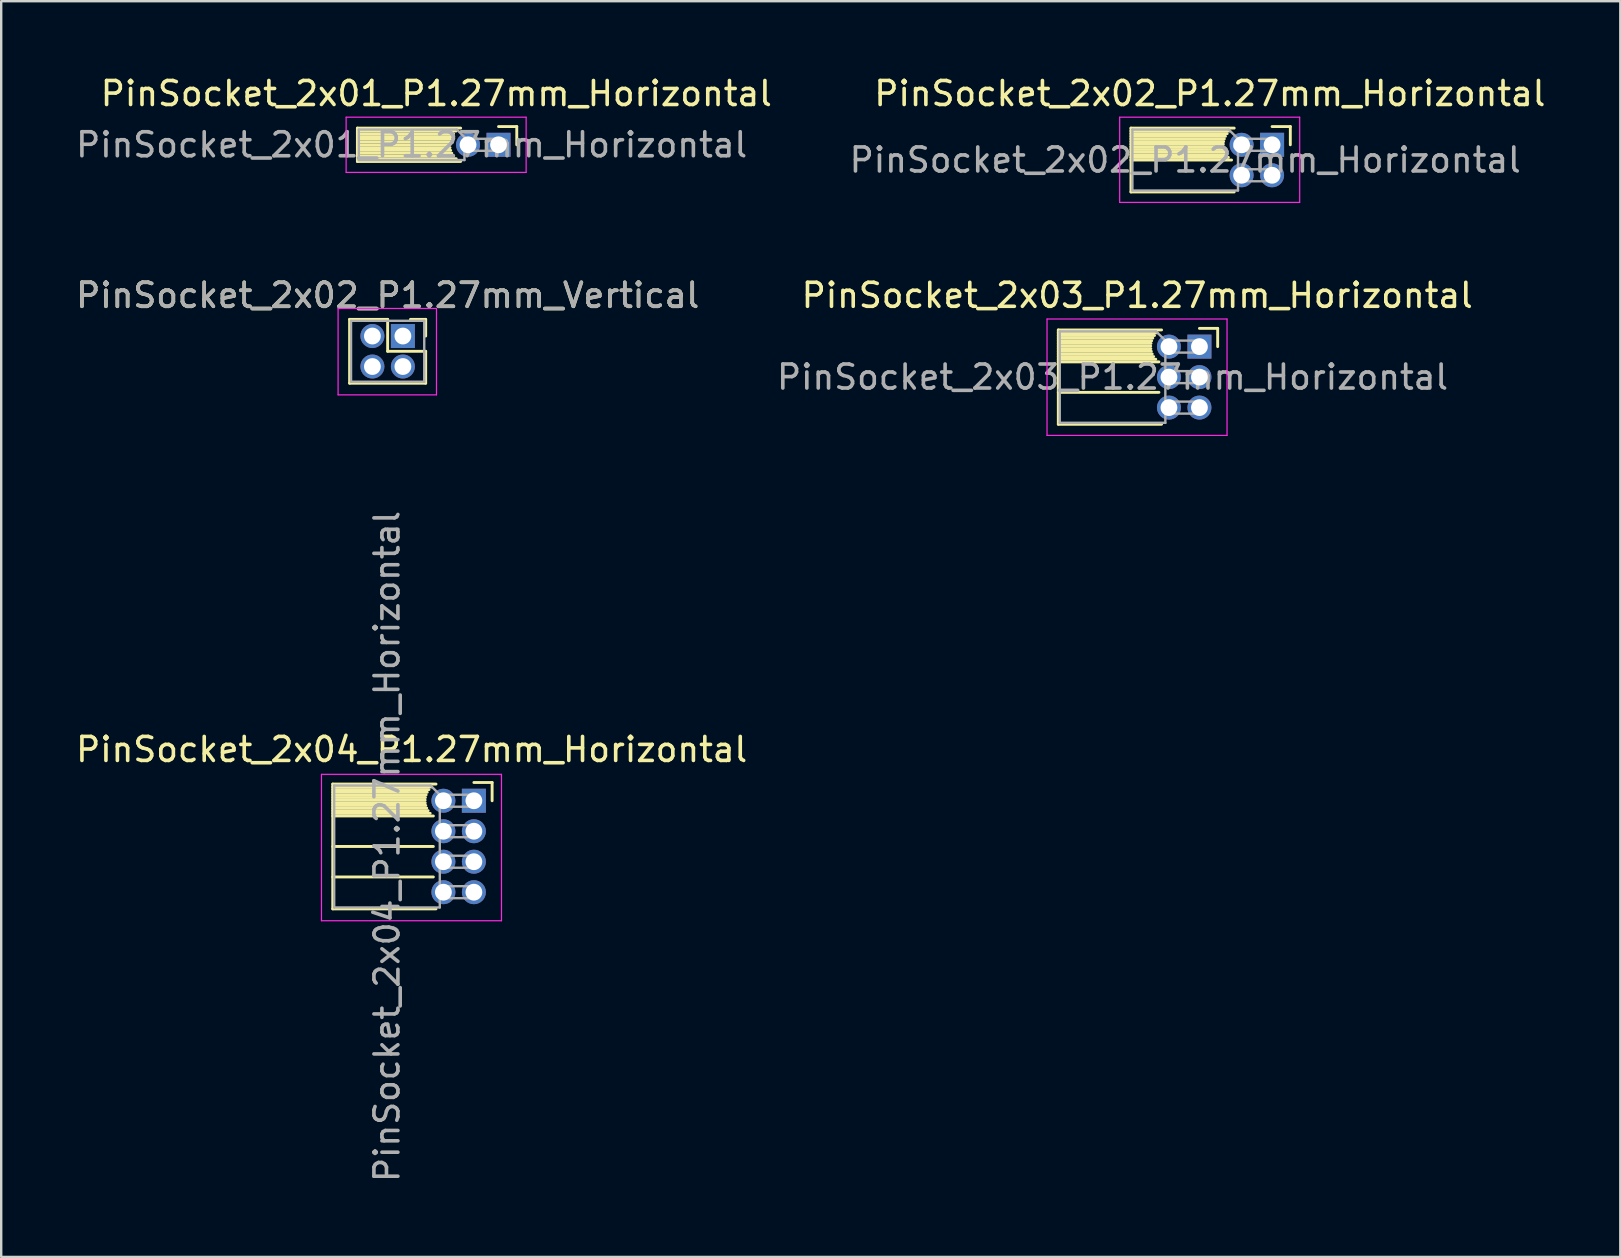
<source format=kicad_pcb>
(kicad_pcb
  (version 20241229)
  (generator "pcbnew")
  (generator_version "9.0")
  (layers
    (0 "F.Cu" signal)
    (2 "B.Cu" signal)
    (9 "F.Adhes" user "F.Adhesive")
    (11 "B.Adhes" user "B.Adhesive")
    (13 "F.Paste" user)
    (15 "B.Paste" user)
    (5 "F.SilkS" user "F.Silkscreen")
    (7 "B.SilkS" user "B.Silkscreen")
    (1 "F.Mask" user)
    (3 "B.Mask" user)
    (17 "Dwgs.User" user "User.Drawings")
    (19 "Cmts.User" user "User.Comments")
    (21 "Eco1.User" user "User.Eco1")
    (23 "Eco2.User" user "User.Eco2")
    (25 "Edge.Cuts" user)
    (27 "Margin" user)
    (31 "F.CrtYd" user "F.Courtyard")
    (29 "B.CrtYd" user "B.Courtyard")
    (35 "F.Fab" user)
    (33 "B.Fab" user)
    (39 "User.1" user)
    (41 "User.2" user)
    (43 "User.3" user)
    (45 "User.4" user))
  (footprint "PinSocket_2x02_P1.27mm_Horizontal"
    (layer "F.Cu")
    (at 49.951 2.983)
    (property "Reference" "PinSocket_2x02_P1.27mm_Horizontal" (at -2.592 -2.135 0) (layer "F.SilkS") (effects (font (size 1 1) (thickness 0.15))))
    (attr through_hole)
    (fp_line (start -5.88 -0.695) (end -5.88 1.965) (stroke (width 0.12) (type solid)) (layer "F.SilkS"))
    (fp_line (start -5.88 -0.695) (end -1.578 -0.695) (stroke (width 0.12) (type solid)) (layer "F.SilkS"))
    (fp_line (start -5.88 -0.575) (end -1.767 -0.575) (stroke (width 0.12) (type solid)) (layer "F.SilkS"))
    (fp_line (start -5.88 -0.465) (end -1.871 -0.465) (stroke (width 0.12) (type solid)) (layer "F.SilkS"))
    (fp_line (start -5.88 -0.355) (end -1.942 -0.355) (stroke (width 0.12) (type solid)) (layer "F.SilkS"))
    (fp_line (start -5.88 -0.245) (end -1.989 -0.245) (stroke (width 0.12) (type solid)) (layer "F.SilkS"))
    (fp_line (start -5.88 -0.135) (end -2.018 -0.135) (stroke (width 0.12) (type solid)) (layer "F.SilkS"))
    (fp_line (start -5.88 -0.025) (end -2.03 -0.025) (stroke (width 0.12) (type solid)) (layer "F.SilkS"))
    (fp_line (start -5.88 0.085) (end -2.025 0.085) (stroke (width 0.12) (type solid)) (layer "F.SilkS"))
    (fp_line (start -5.88 0.195) (end -2.005 0.195) (stroke (width 0.12) (type solid)) (layer "F.SilkS"))
    (fp_line (start -5.88 0.305) (end -1.966 0.305) (stroke (width 0.12) (type solid)) (layer "F.SilkS"))
    (fp_line (start -5.88 0.415) (end -1.907 0.415) (stroke (width 0.12) (type solid)) (layer "F.SilkS"))
    (fp_line (start -5.88 0.525) (end -1.82 0.525) (stroke (width 0.12) (type solid)) (layer "F.SilkS"))
    (fp_line (start -5.88 0.635) (end -1.688 0.635) (stroke (width 0.12) (type solid)) (layer "F.SilkS"))
    (fp_line (start -5.88 1.965) (end -1.578 1.965) (stroke (width 0.12) (type solid)) (layer "F.SilkS"))
    (fp_line (start 0 -0.76) (end 0.76 -0.76) (stroke (width 0.12) (type solid)) (layer "F.SilkS"))
    (fp_line (start 0.76 -0.76) (end 0.76 0) (stroke (width 0.12) (type solid)) (layer "F.SilkS"))
    (fp_line (start -6.35 -1.15) (end -6.35 2.4) (stroke (width 0.05) (type solid)) (layer "F.CrtYd"))
    (fp_line (start -6.35 2.4) (end 1.15 2.4) (stroke (width 0.05) (type solid)) (layer "F.CrtYd"))
    (fp_line (start 1.15 -1.15) (end -6.35 -1.15) (stroke (width 0.05) (type solid)) (layer "F.CrtYd"))
    (fp_line (start 1.15 2.4) (end 1.15 -1.15) (stroke (width 0.05) (type solid)) (layer "F.CrtYd"))
    (fp_line (start -5.82 -0.635) (end -1.805 -0.635) (stroke (width 0.1) (type solid)) (layer "F.Fab"))
    (fp_line (start -5.82 1.905) (end -5.82 -0.635) (stroke (width 0.1) (type solid)) (layer "F.Fab"))
    (fp_line (start -1.805 -0.635) (end -1.42 -0.25) (stroke (width 0.1) (type solid)) (layer "F.Fab"))
    (fp_line (start -1.42 -0.25) (end -1.42 1.905) (stroke (width 0.1) (type solid)) (layer "F.Fab"))
    (fp_line (start -1.42 0.25) (end 0 0.25) (stroke (width 0.1) (type solid)) (layer "F.Fab"))
    (fp_line (start -1.42 1.52) (end 0 1.52) (stroke (width 0.1) (type solid)) (layer "F.Fab"))
    (fp_line (start -1.42 1.905) (end -5.82 1.905) (stroke (width 0.1) (type solid)) (layer "F.Fab"))
    (fp_line (start 0 -0.25) (end -1.42 -0.25) (stroke (width 0.1) (type solid)) (layer "F.Fab"))
    (fp_line (start 0 0.25) (end 0 -0.25) (stroke (width 0.1) (type solid)) (layer "F.Fab"))
    (fp_line (start 0 1.02) (end -1.42 1.02) (stroke (width 0.1) (type solid)) (layer "F.Fab"))
    (fp_line (start 0 1.52) (end 0 1.02) (stroke (width 0.1) (type solid)) (layer "F.Fab"))
    (fp_text user "${REFERENCE}" (at -3.62 0.635 0) (layer "F.Fab") (effects (font (size 1 1) (thickness 0.15))))
    (pad "1" thru_hole rect (at 0 0) (size 1 1) (drill 0.7) (layers "*.Cu" "*.Mask"))
    (pad "2" thru_hole oval (at -1.27 0) (size 1 1) (drill 0.7) (layers "*.Cu" "*.Mask"))
    (pad "3" thru_hole oval (at 0 1.27) (size 1 1) (drill 0.7) (layers "*.Cu" "*.Mask"))
    (pad "4" thru_hole oval (at -1.27 1.27) (size 1 1) (drill 0.7) (layers "*.Cu" "*.Mask")))
  (footprint "PinSocket_2x03_P1.27mm_Horizontal"
    (layer "F.Cu")
    (at 46.924 11.392)
    (property "Reference" "PinSocket_2x03_P1.27mm_Horizontal" (at -2.592 -2.135 0) (layer "F.SilkS") (effects (font (size 1 1) (thickness 0.15))))
    (attr through_hole)
    (fp_line (start -5.88 -0.695) (end -5.88 3.235) (stroke (width 0.12) (type solid)) (layer "F.SilkS"))
    (fp_line (start -5.88 -0.695) (end -1.578 -0.695) (stroke (width 0.12) (type solid)) (layer "F.SilkS"))
    (fp_line (start -5.88 -0.575) (end -1.767 -0.575) (stroke (width 0.12) (type solid)) (layer "F.SilkS"))
    (fp_line (start -5.88 -0.465) (end -1.871 -0.465) (stroke (width 0.12) (type solid)) (layer "F.SilkS"))
    (fp_line (start -5.88 -0.355) (end -1.942 -0.355) (stroke (width 0.12) (type solid)) (layer "F.SilkS"))
    (fp_line (start -5.88 -0.245) (end -1.989 -0.245) (stroke (width 0.12) (type solid)) (layer "F.SilkS"))
    (fp_line (start -5.88 -0.135) (end -2.018 -0.135) (stroke (width 0.12) (type solid)) (layer "F.SilkS"))
    (fp_line (start -5.88 -0.025) (end -2.03 -0.025) (stroke (width 0.12) (type solid)) (layer "F.SilkS"))
    (fp_line (start -5.88 0.085) (end -2.025 0.085) (stroke (width 0.12) (type solid)) (layer "F.SilkS"))
    (fp_line (start -5.88 0.195) (end -2.005 0.195) (stroke (width 0.12) (type solid)) (layer "F.SilkS"))
    (fp_line (start -5.88 0.305) (end -1.966 0.305) (stroke (width 0.12) (type solid)) (layer "F.SilkS"))
    (fp_line (start -5.88 0.415) (end -1.907 0.415) (stroke (width 0.12) (type solid)) (layer "F.SilkS"))
    (fp_line (start -5.88 0.525) (end -1.82 0.525) (stroke (width 0.12) (type solid)) (layer "F.SilkS"))
    (fp_line (start -5.88 0.635) (end -1.688 0.635) (stroke (width 0.12) (type solid)) (layer "F.SilkS"))
    (fp_line (start -5.88 1.905) (end -1.688 1.905) (stroke (width 0.12) (type solid)) (layer "F.SilkS"))
    (fp_line (start -5.88 3.235) (end -1.578 3.235) (stroke (width 0.12) (type solid)) (layer "F.SilkS"))
    (fp_line (start 0 -0.76) (end 0.76 -0.76) (stroke (width 0.12) (type solid)) (layer "F.SilkS"))
    (fp_line (start 0.76 -0.76) (end 0.76 0) (stroke (width 0.12) (type solid)) (layer "F.SilkS"))
    (fp_line (start -6.35 -1.15) (end -6.35 3.7) (stroke (width 0.05) (type solid)) (layer "F.CrtYd"))
    (fp_line (start -6.35 3.7) (end 1.15 3.7) (stroke (width 0.05) (type solid)) (layer "F.CrtYd"))
    (fp_line (start 1.15 -1.15) (end -6.35 -1.15) (stroke (width 0.05) (type solid)) (layer "F.CrtYd"))
    (fp_line (start 1.15 3.7) (end 1.15 -1.15) (stroke (width 0.05) (type solid)) (layer "F.CrtYd"))
    (fp_line (start -5.82 -0.635) (end -1.805 -0.635) (stroke (width 0.1) (type solid)) (layer "F.Fab"))
    (fp_line (start -5.82 3.175) (end -5.82 -0.635) (stroke (width 0.1) (type solid)) (layer "F.Fab"))
    (fp_line (start -1.805 -0.635) (end -1.42 -0.25) (stroke (width 0.1) (type solid)) (layer "F.Fab"))
    (fp_line (start -1.42 -0.25) (end -1.42 3.175) (stroke (width 0.1) (type solid)) (layer "F.Fab"))
    (fp_line (start -1.42 0.25) (end 0 0.25) (stroke (width 0.1) (type solid)) (layer "F.Fab"))
    (fp_line (start -1.42 1.52) (end 0 1.52) (stroke (width 0.1) (type solid)) (layer "F.Fab"))
    (fp_line (start -1.42 2.79) (end 0 2.79) (stroke (width 0.1) (type solid)) (layer "F.Fab"))
    (fp_line (start -1.42 3.175) (end -5.82 3.175) (stroke (width 0.1) (type solid)) (layer "F.Fab"))
    (fp_line (start 0 -0.25) (end -1.42 -0.25) (stroke (width 0.1) (type solid)) (layer "F.Fab"))
    (fp_line (start 0 0.25) (end 0 -0.25) (stroke (width 0.1) (type solid)) (layer "F.Fab"))
    (fp_line (start 0 1.02) (end -1.42 1.02) (stroke (width 0.1) (type solid)) (layer "F.Fab"))
    (fp_line (start 0 1.52) (end 0 1.02) (stroke (width 0.1) (type solid)) (layer "F.Fab"))
    (fp_line (start 0 2.29) (end -1.42 2.29) (stroke (width 0.1) (type solid)) (layer "F.Fab"))
    (fp_line (start 0 2.79) (end 0 2.29) (stroke (width 0.1) (type solid)) (layer "F.Fab"))
    (fp_text user "${REFERENCE}" (at -3.62 1.27 0) (layer "F.Fab") (effects (font (size 1 1) (thickness 0.15))))
    (pad "1" thru_hole rect (at 0 0) (size 1 1) (drill 0.7) (layers "*.Cu" "*.Mask"))
    (pad "2" thru_hole oval (at -1.27 0) (size 1 1) (drill 0.7) (layers "*.Cu" "*.Mask"))
    (pad "3" thru_hole oval (at 0 1.27) (size 1 1) (drill 0.7) (layers "*.Cu" "*.Mask"))
    (pad "4" thru_hole oval (at -1.27 1.27) (size 1 1) (drill 0.7) (layers "*.Cu" "*.Mask"))
    (pad "5" thru_hole oval (at 0 2.54) (size 1 1) (drill 0.7) (layers "*.Cu" "*.Mask"))
    (pad "6" thru_hole oval (at -1.27 2.54) (size 1 1) (drill 0.7) (layers "*.Cu" "*.Mask")))
  (footprint "PinSocket_2x02_P1.27mm_Vertical"
    (layer "F.Cu")
    (at 13.736 10.951)
    (property "Reference" "PinSocket_2x02_P1.27mm_Vertical" (at -0.635 -1.695 0) (layer "F.SilkS") (effects (font (size 1 1) (thickness 0.15))))
    (attr through_hole)
    (fp_line (start -2.22 -0.695) (end -0.635 -0.695) (stroke (width 0.12) (type solid)) (layer "F.SilkS"))
    (fp_line (start -2.22 1.965) (end -2.22 -0.695) (stroke (width 0.12) (type solid)) (layer "F.SilkS"))
    (fp_line (start -0.635 -0.695) (end -0.635 0.635) (stroke (width 0.12) (type solid)) (layer "F.SilkS"))
    (fp_line (start -0.635 0.635) (end 0.95 0.635) (stroke (width 0.12) (type solid)) (layer "F.SilkS"))
    (fp_line (start 0.95 -0.695) (end 0.315 -0.695) (stroke (width 0.12) (type solid)) (layer "F.SilkS"))
    (fp_line (start 0.95 0) (end 0.95 -0.695) (stroke (width 0.12) (type solid)) (layer "F.SilkS"))
    (fp_line (start 0.95 0.635) (end 0.95 1.965) (stroke (width 0.12) (type solid)) (layer "F.SilkS"))
    (fp_line (start 0.95 1.965) (end -2.22 1.965) (stroke (width 0.12) (type solid)) (layer "F.SilkS"))
    (fp_line (start -2.7 -1.15) (end -2.7 2.45) (stroke (width 0.05) (type solid)) (layer "F.CrtYd"))
    (fp_line (start -2.7 2.45) (end 1.4 2.45) (stroke (width 0.05) (type solid)) (layer "F.CrtYd"))
    (fp_line (start 1.4 -1.15) (end -2.7 -1.15) (stroke (width 0.05) (type solid)) (layer "F.CrtYd"))
    (fp_line (start 1.4 2.45) (end 1.4 -1.15) (stroke (width 0.05) (type solid)) (layer "F.CrtYd"))
    (fp_line (start -2.16 -0.635) (end -2.16 1.905) (stroke (width 0.1) (type solid)) (layer "F.Fab"))
    (fp_line (start -2.16 1.905) (end 0.89 1.905) (stroke (width 0.1) (type solid)) (layer "F.Fab"))
    (fp_line (start 0.89 -0.635) (end -2.16 -0.635) (stroke (width 0.1) (type solid)) (layer "F.Fab"))
    (fp_line (start 0.89 1.905) (end 0.89 -0.635) (stroke (width 0.1) (type solid)) (layer "F.Fab"))
    (fp_text user "${REFERENCE}" (at -0.635 -1.695 0) (layer "F.Fab") (effects (font (size 1 1) (thickness 0.15))))
    (pad "1" thru_hole rect (at 0 0) (size 1 1) (drill 0.7) (layers "*.Cu" "*.Mask"))
    (pad "2" thru_hole oval (at -1.27 0) (size 1 1) (drill 0.7) (layers "*.Cu" "*.Mask"))
    (pad "3" thru_hole oval (at 0 1.27) (size 1 1) (drill 0.7) (layers "*.Cu" "*.Mask"))
    (pad "4" thru_hole oval (at -1.27 1.27) (size 1 1) (drill 0.7) (layers "*.Cu" "*.Mask")))
  (footprint "PinSocket_2x01_P1.27mm_Horizontal"
    (layer "F.Cu")
    (at 17.721 2.983)
    (property "Reference" "PinSocket_2x01_P1.27mm_Horizontal" (at -2.592 -2.135 0) (layer "F.SilkS") (effects (font (size 1 1) (thickness 0.15))))
    (attr through_hole)
    (fp_line (start -5.88 -0.695) (end -5.88 0.695) (stroke (width 0.12) (type solid)) (layer "F.SilkS"))
    (fp_line (start -5.88 -0.695) (end -1.578 -0.695) (stroke (width 0.12) (type solid)) (layer "F.SilkS"))
    (fp_line (start -5.88 -0.575) (end -1.767 -0.575) (stroke (width 0.12) (type solid)) (layer "F.SilkS"))
    (fp_line (start -5.88 -0.46) (end -1.875 -0.46) (stroke (width 0.12) (type solid)) (layer "F.SilkS"))
    (fp_line (start -5.88 -0.344) (end -1.948 -0.344) (stroke (width 0.12) (type solid)) (layer "F.SilkS"))
    (fp_line (start -5.88 -0.229) (end -1.995 -0.229) (stroke (width 0.12) (type solid)) (layer "F.SilkS"))
    (fp_line (start -5.88 -0.113) (end -2.022 -0.113) (stroke (width 0.12) (type solid)) (layer "F.SilkS"))
    (fp_line (start -5.88 0.002) (end -2.03 0.002) (stroke (width 0.12) (type solid)) (layer "F.SilkS"))
    (fp_line (start -5.88 0.118) (end -2.021 0.118) (stroke (width 0.12) (type solid)) (layer "F.SilkS"))
    (fp_line (start -5.88 0.233) (end -1.993 0.233) (stroke (width 0.12) (type solid)) (layer "F.SilkS"))
    (fp_line (start -5.88 0.349) (end -1.945 0.349) (stroke (width 0.12) (type solid)) (layer "F.SilkS"))
    (fp_line (start -5.88 0.464) (end -1.872 0.464) (stroke (width 0.12) (type solid)) (layer "F.SilkS"))
    (fp_line (start -5.88 0.58) (end -1.762 0.58) (stroke (width 0.12) (type solid)) (layer "F.SilkS"))
    (fp_line (start -5.88 0.695) (end -1.578 0.695) (stroke (width 0.12) (type solid)) (layer "F.SilkS"))
    (fp_line (start 0 -0.76) (end 0.76 -0.76) (stroke (width 0.12) (type solid)) (layer "F.SilkS"))
    (fp_line (start 0.76 -0.76) (end 0.76 0) (stroke (width 0.12) (type solid)) (layer "F.SilkS"))
    (fp_line (start -6.35 -1.15) (end -6.35 1.15) (stroke (width 0.05) (type solid)) (layer "F.CrtYd"))
    (fp_line (start -6.35 1.15) (end 1.15 1.15) (stroke (width 0.05) (type solid)) (layer "F.CrtYd"))
    (fp_line (start 1.15 -1.15) (end -6.35 -1.15) (stroke (width 0.05) (type solid)) (layer "F.CrtYd"))
    (fp_line (start 1.15 1.15) (end 1.15 -1.15) (stroke (width 0.05) (type solid)) (layer "F.CrtYd"))
    (fp_line (start -5.82 -0.635) (end -1.738 -0.635) (stroke (width 0.1) (type solid)) (layer "F.Fab"))
    (fp_line (start -5.82 0.635) (end -5.82 -0.635) (stroke (width 0.1) (type solid)) (layer "F.Fab"))
    (fp_line (start -1.738 -0.635) (end -1.42 -0.318) (stroke (width 0.1) (type solid)) (layer "F.Fab"))
    (fp_line (start -1.42 -0.318) (end -1.42 0.635) (stroke (width 0.1) (type solid)) (layer "F.Fab"))
    (fp_line (start -1.42 0.25) (end 0 0.25) (stroke (width 0.1) (type solid)) (layer "F.Fab"))
    (fp_line (start -1.42 0.635) (end -5.82 0.635) (stroke (width 0.1) (type solid)) (layer "F.Fab"))
    (fp_line (start 0 -0.25) (end -1.42 -0.25) (stroke (width 0.1) (type solid)) (layer "F.Fab"))
    (fp_line (start 0 0.25) (end 0 -0.25) (stroke (width 0.1) (type solid)) (layer "F.Fab"))
    (fp_text user "${REFERENCE}" (at -3.62 0 0) (layer "F.Fab") (effects (font (size 1 1) (thickness 0.15))))
    (pad "1" thru_hole rect (at 0 0) (size 1 1) (drill 0.7) (layers "*.Cu" "*.Mask"))
    (pad "2" thru_hole oval (at -1.27 0) (size 1 1) (drill 0.7) (layers "*.Cu" "*.Mask")))
  (footprint "PinSocket_2x04_P1.27mm_Horizontal"
    (layer "F.Cu")
    (at 16.694 30.313)
    (property "Reference" "PinSocket_2x04_P1.27mm_Horizontal" (at -2.592 -2.135 0) (layer "F.SilkS") (effects (font (size 1 1) (thickness 0.15))))
    (attr through_hole)
    (fp_line (start -5.88 -0.695) (end -5.88 4.505) (stroke (width 0.12) (type solid)) (layer "F.SilkS"))
    (fp_line (start -5.88 -0.695) (end -1.578 -0.695) (stroke (width 0.12) (type solid)) (layer "F.SilkS"))
    (fp_line (start -5.88 -0.575) (end -1.767 -0.575) (stroke (width 0.12) (type solid)) (layer "F.SilkS"))
    (fp_line (start -5.88 -0.465) (end -1.871 -0.465) (stroke (width 0.12) (type solid)) (layer "F.SilkS"))
    (fp_line (start -5.88 -0.355) (end -1.942 -0.355) (stroke (width 0.12) (type solid)) (layer "F.SilkS"))
    (fp_line (start -5.88 -0.245) (end -1.989 -0.245) (stroke (width 0.12) (type solid)) (layer "F.SilkS"))
    (fp_line (start -5.88 -0.135) (end -2.018 -0.135) (stroke (width 0.12) (type solid)) (layer "F.SilkS"))
    (fp_line (start -5.88 -0.025) (end -2.03 -0.025) (stroke (width 0.12) (type solid)) (layer "F.SilkS"))
    (fp_line (start -5.88 0.085) (end -2.025 0.085) (stroke (width 0.12) (type solid)) (layer "F.SilkS"))
    (fp_line (start -5.88 0.195) (end -2.005 0.195) (stroke (width 0.12) (type solid)) (layer "F.SilkS"))
    (fp_line (start -5.88 0.305) (end -1.966 0.305) (stroke (width 0.12) (type solid)) (layer "F.SilkS"))
    (fp_line (start -5.88 0.415) (end -1.907 0.415) (stroke (width 0.12) (type solid)) (layer "F.SilkS"))
    (fp_line (start -5.88 0.525) (end -1.82 0.525) (stroke (width 0.12) (type solid)) (layer "F.SilkS"))
    (fp_line (start -5.88 0.635) (end -1.688 0.635) (stroke (width 0.12) (type solid)) (layer "F.SilkS"))
    (fp_line (start -5.88 1.905) (end -1.688 1.905) (stroke (width 0.12) (type solid)) (layer "F.SilkS"))
    (fp_line (start -5.88 3.175) (end -1.688 3.175) (stroke (width 0.12) (type solid)) (layer "F.SilkS"))
    (fp_line (start -5.88 4.505) (end -1.578 4.505) (stroke (width 0.12) (type solid)) (layer "F.SilkS"))
    (fp_line (start 0 -0.76) (end 0.76 -0.76) (stroke (width 0.12) (type solid)) (layer "F.SilkS"))
    (fp_line (start 0.76 -0.76) (end 0.76 0) (stroke (width 0.12) (type solid)) (layer "F.SilkS"))
    (fp_line (start -6.35 -1.1) (end -6.35 5) (stroke (width 0.05) (type solid)) (layer "F.CrtYd"))
    (fp_line (start -6.35 5) (end 1.15 5) (stroke (width 0.05) (type solid)) (layer "F.CrtYd"))
    (fp_line (start 1.15 -1.1) (end -6.35 -1.1) (stroke (width 0.05) (type solid)) (layer "F.CrtYd"))
    (fp_line (start 1.15 5) (end 1.15 -1.1) (stroke (width 0.05) (type solid)) (layer "F.CrtYd"))
    (fp_line (start -5.82 -0.635) (end -1.805 -0.635) (stroke (width 0.1) (type solid)) (layer "F.Fab"))
    (fp_line (start -5.82 4.445) (end -5.82 -0.635) (stroke (width 0.1) (type solid)) (layer "F.Fab"))
    (fp_line (start -1.805 -0.635) (end -1.42 -0.25) (stroke (width 0.1) (type solid)) (layer "F.Fab"))
    (fp_line (start -1.42 -0.25) (end -1.42 4.445) (stroke (width 0.1) (type solid)) (layer "F.Fab"))
    (fp_line (start -1.42 0.25) (end 0 0.25) (stroke (width 0.1) (type solid)) (layer "F.Fab"))
    (fp_line (start -1.42 1.52) (end 0 1.52) (stroke (width 0.1) (type solid)) (layer "F.Fab"))
    (fp_line (start -1.42 2.79) (end 0 2.79) (stroke (width 0.1) (type solid)) (layer "F.Fab"))
    (fp_line (start -1.42 4.06) (end 0 4.06) (stroke (width 0.1) (type solid)) (layer "F.Fab"))
    (fp_line (start -1.42 4.445) (end -5.82 4.445) (stroke (width 0.1) (type solid)) (layer "F.Fab"))
    (fp_line (start 0 -0.25) (end -1.42 -0.25) (stroke (width 0.1) (type solid)) (layer "F.Fab"))
    (fp_line (start 0 0.25) (end 0 -0.25) (stroke (width 0.1) (type solid)) (layer "F.Fab"))
    (fp_line (start 0 1.02) (end -1.42 1.02) (stroke (width 0.1) (type solid)) (layer "F.Fab"))
    (fp_line (start 0 1.52) (end 0 1.02) (stroke (width 0.1) (type solid)) (layer "F.Fab"))
    (fp_line (start 0 2.29) (end -1.42 2.29) (stroke (width 0.1) (type solid)) (layer "F.Fab"))
    (fp_line (start 0 2.79) (end 0 2.29) (stroke (width 0.1) (type solid)) (layer "F.Fab"))
    (fp_line (start 0 3.56) (end -1.42 3.56) (stroke (width 0.1) (type solid)) (layer "F.Fab"))
    (fp_line (start 0 4.06) (end 0 3.56) (stroke (width 0.1) (type solid)) (layer "F.Fab"))
    (fp_text user "${REFERENCE}" (at -3.62 1.905 90) (layer "F.Fab") (effects (font (size 1 1) (thickness 0.15))))
    (pad "1" thru_hole rect (at 0 0) (size 1 1) (drill 0.7) (layers "*.Cu" "*.Mask"))
    (pad "2" thru_hole oval (at -1.27 0) (size 1 1) (drill 0.7) (layers "*.Cu" "*.Mask"))
    (pad "3" thru_hole oval (at 0 1.27) (size 1 1) (drill 0.7) (layers "*.Cu" "*.Mask"))
    (pad "4" thru_hole oval (at -1.27 1.27) (size 1 1) (drill 0.7) (layers "*.Cu" "*.Mask"))
    (pad "5" thru_hole oval (at 0 2.54) (size 1 1) (drill 0.7) (layers "*.Cu" "*.Mask"))
    (pad "6" thru_hole oval (at -1.27 2.54) (size 1 1) (drill 0.7) (layers "*.Cu" "*.Mask"))
    (pad "7" thru_hole oval (at 0 3.81) (size 1 1) (drill 0.7) (layers "*.Cu" "*.Mask"))
    (pad "8" thru_hole oval (at -1.27 3.81) (size 1 1) (drill 0.7) (layers "*.Cu" "*.Mask")))
  (gr_rect
    (start -3 -3)
    (end 64.46 49.319)
    (stroke (width 0.1) (type default))
    (fill no)
    (layer "Edge.Cuts")))
</source>
